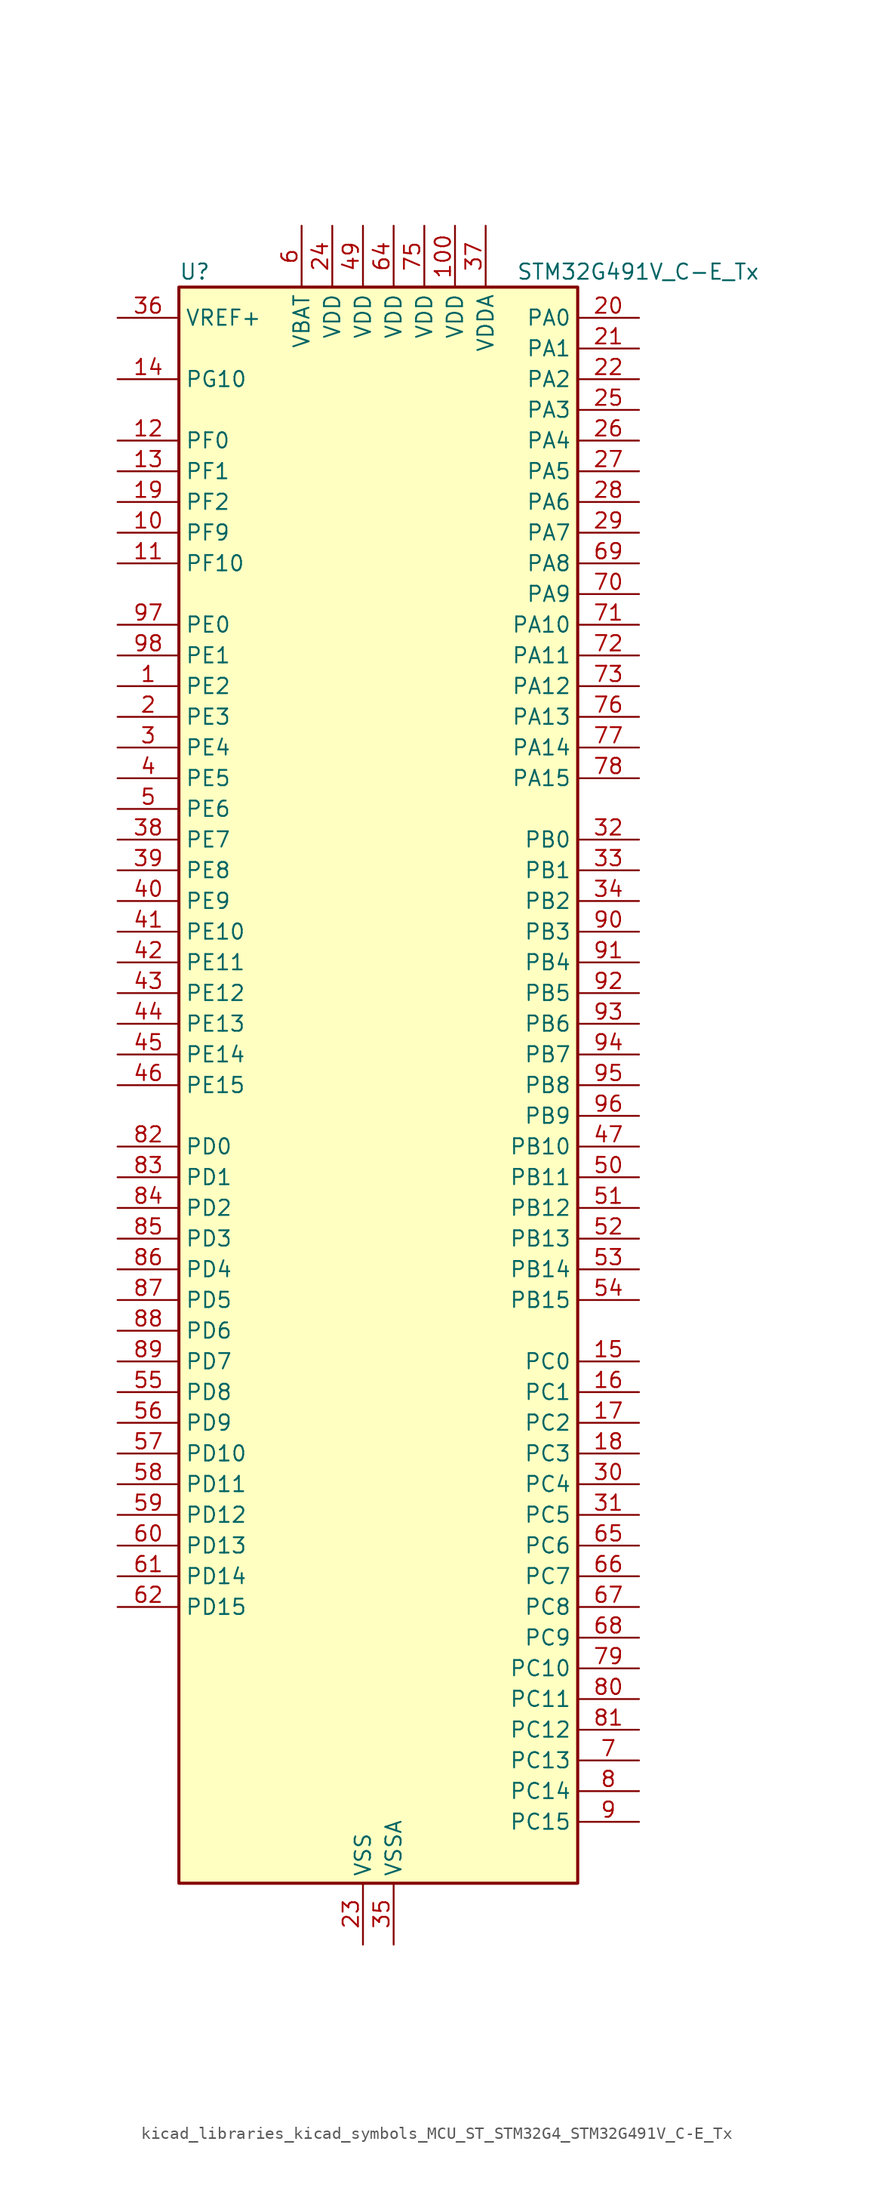
<source format=kicad_sym>
(kicad_symbol_lib
  (version 20220914)
  (generator kicad_symbol_editor)
  (symbol "kicad_libraries_kicad_symbols_MCU_ST_STM32G4_STM32G491V_C-E_Tx"
    (property "Reference" "U"
      (at -15.24 67.31 0)
      (effects (font (size 1.27 1.27)) (justify left)))
    (property "Value" "STM32G491V_C-E_Tx"
      (at 12.7 67.31 0)
      (effects (font (size 1.27 1.27)) (justify left)))
    (property "ki_locked" ""
      (at 0 0 0)
      (effects (font (size 1.27 1.27))))
    (symbol "kicad_libraries_kicad_symbols_MCU_ST_STM32G4_STM32G491V_C-E_Tx_0_1"
      (rectangle (start -15.24 -66.04) (end 17.78 66.04) (stroke (width 0.254) (type default)) (fill (type background))))
    (symbol "kicad_libraries_kicad_symbols_MCU_ST_STM32G4_STM32G491V_C-E_Tx_1_1"
      (pin bidirectional line (at -20.32 33.02 0) (length 5.08) (name "PE2" (effects (font (size 1.27 1.27)))) (number "1" (effects (font (size 1.27 1.27)))) (alternate "ADC3_EXTI2" bidirectional line) (alternate "SAI1_CK1" bidirectional line) (alternate "SAI1_MCLK_A" bidirectional line) (alternate "SYS_TRACECLK" bidirectional line) (alternate "TIM20_CH1" bidirectional line) (alternate "TIM3_CH1" bidirectional line))
      (pin bidirectional line (at -20.32 45.72 0) (length 5.08) (name "PF9" (effects (font (size 1.27 1.27)))) (number "10" (effects (font (size 1.27 1.27)))) (alternate "DAC1_EXTI9" bidirectional line) (alternate "DAC3_EXTI9" bidirectional line) (alternate "QUADSPI1_BK1_IO1" bidirectional line) (alternate "SAI1_FS_B" bidirectional line) (alternate "SPI2_SCK" bidirectional line) (alternate "TIM15_CH1" bidirectional line) (alternate "TIM20_BKIN" bidirectional line))
      (pin power_in line (at 7.62 71.12 270) (length 5.08) (name "VDD" (effects (font (size 1.27 1.27)))) (number "100" (effects (font (size 1.27 1.27)))))
      (pin bidirectional line (at -20.32 43.18 0) (length 5.08) (name "PF10" (effects (font (size 1.27 1.27)))) (number "11" (effects (font (size 1.27 1.27)))) (alternate "DAC1_EXTI10" bidirectional line) (alternate "DAC3_EXTI10" bidirectional line) (alternate "QUADSPI1_CLK" bidirectional line) (alternate "SAI1_D3" bidirectional line) (alternate "SPI2_SCK" bidirectional line) (alternate "TIM15_CH2" bidirectional line) (alternate "TIM20_BKIN2" bidirectional line))
      (pin bidirectional line (at -20.32 53.34 0) (length 5.08) (name "PF0" (effects (font (size 1.27 1.27)))) (number "12" (effects (font (size 1.27 1.27)))) (alternate "ADC1_IN10" bidirectional line) (alternate "I2C2_SDA" bidirectional line) (alternate "I2S2_WS" bidirectional line) (alternate "RCC_OSC_IN" bidirectional line) (alternate "SPI2_NSS" bidirectional line) (alternate "TIM1_CH3N" bidirectional line))
      (pin bidirectional line (at -20.32 50.8 0) (length 5.08) (name "PF1" (effects (font (size 1.27 1.27)))) (number "13" (effects (font (size 1.27 1.27)))) (alternate "ADC2_IN10" bidirectional line) (alternate "COMP3_INM" bidirectional line) (alternate "I2S2_CK" bidirectional line) (alternate "RCC_OSC_OUT" bidirectional line) (alternate "SPI2_SCK" bidirectional line))
      (pin bidirectional line (at -20.32 58.42 0) (length 5.08) (name "PG10" (effects (font (size 1.27 1.27)))) (number "14" (effects (font (size 1.27 1.27)))) (alternate "DAC1_EXTI10" bidirectional line) (alternate "DAC3_EXTI10" bidirectional line) (alternate "RCC_MCO" bidirectional line))
      (pin bidirectional line (at 22.86 -22.86 180) (length 5.08) (name "PC0" (effects (font (size 1.27 1.27)))) (number "15" (effects (font (size 1.27 1.27)))) (alternate "ADC1_IN6" bidirectional line) (alternate "ADC2_IN6" bidirectional line) (alternate "COMP3_INM" bidirectional line) (alternate "LPTIM1_IN1" bidirectional line) (alternate "LPUART1_RX" bidirectional line) (alternate "TIM1_CH1" bidirectional line))
      (pin bidirectional line (at 22.86 -25.4 180) (length 5.08) (name "PC1" (effects (font (size 1.27 1.27)))) (number "16" (effects (font (size 1.27 1.27)))) (alternate "ADC1_IN7" bidirectional line) (alternate "ADC2_IN7" bidirectional line) (alternate "COMP3_INP" bidirectional line) (alternate "LPTIM1_OUT" bidirectional line) (alternate "LPUART1_TX" bidirectional line) (alternate "QUADSPI1_BK2_IO0" bidirectional line) (alternate "SAI1_SD_A" bidirectional line) (alternate "TIM1_CH2" bidirectional line))
      (pin bidirectional line (at 22.86 -27.94 180) (length 5.08) (name "PC2" (effects (font (size 1.27 1.27)))) (number "17" (effects (font (size 1.27 1.27)))) (alternate "ADC1_IN8" bidirectional line) (alternate "ADC2_IN8" bidirectional line) (alternate "ADC3_EXTI2" bidirectional line) (alternate "COMP3_OUT" bidirectional line) (alternate "LPTIM1_IN2" bidirectional line) (alternate "QUADSPI1_BK2_IO1" bidirectional line) (alternate "TIM1_CH3" bidirectional line) (alternate "TIM20_CH2" bidirectional line))
      (pin bidirectional line (at 22.86 -30.48 180) (length 5.08) (name "PC3" (effects (font (size 1.27 1.27)))) (number "18" (effects (font (size 1.27 1.27)))) (alternate "ADC1_IN9" bidirectional line) (alternate "ADC2_IN9" bidirectional line) (alternate "ADC3_EXTI3" bidirectional line) (alternate "LPTIM1_ETR" bidirectional line) (alternate "QUADSPI1_BK2_IO2" bidirectional line) (alternate "SAI1_D1" bidirectional line) (alternate "SAI1_SD_A" bidirectional line) (alternate "TIM1_BKIN2" bidirectional line) (alternate "TIM1_CH4" bidirectional line))
      (pin bidirectional line (at -20.32 48.26 0) (length 5.08) (name "PF2" (effects (font (size 1.27 1.27)))) (number "19" (effects (font (size 1.27 1.27)))) (alternate "ADC3_EXTI2" bidirectional line) (alternate "I2C2_SMBA" bidirectional line) (alternate "TIM20_CH3" bidirectional line))
      (pin bidirectional line (at -20.32 30.48 0) (length 5.08) (name "PE3" (effects (font (size 1.27 1.27)))) (number "2" (effects (font (size 1.27 1.27)))) (alternate "ADC3_EXTI3" bidirectional line) (alternate "SAI1_SD_B" bidirectional line) (alternate "SYS_TRACED0" bidirectional line) (alternate "TIM20_CH2" bidirectional line) (alternate "TIM3_CH2" bidirectional line))
      (pin bidirectional line (at 22.86 63.5 180) (length 5.08) (name "PA0" (effects (font (size 1.27 1.27)))) (number "20" (effects (font (size 1.27 1.27)))) (alternate "ADC1_IN1" bidirectional line) (alternate "ADC2_IN1" bidirectional line) (alternate "COMP1_INM" bidirectional line) (alternate "COMP1_OUT" bidirectional line) (alternate "COMP3_INP" bidirectional line) (alternate "RTC_TAMP2" bidirectional line) (alternate "SYS_WKUP1" bidirectional line) (alternate "TIM2_CH1" bidirectional line) (alternate "TIM2_ETR" bidirectional line) (alternate "TIM8_BKIN" bidirectional line) (alternate "TIM8_ETR" bidirectional line) (alternate "USART2_CTS" bidirectional line) (alternate "USART2_NSS" bidirectional line))
      (pin bidirectional line (at 22.86 60.96 180) (length 5.08) (name "PA1" (effects (font (size 1.27 1.27)))) (number "21" (effects (font (size 1.27 1.27)))) (alternate "ADC1_IN2" bidirectional line) (alternate "ADC2_IN2" bidirectional line) (alternate "COMP1_INP" bidirectional line) (alternate "OPAMP1_VINP" bidirectional line) (alternate "OPAMP1_VINP_SEC" bidirectional line) (alternate "OPAMP3_VINP" bidirectional line) (alternate "OPAMP3_VINP_SEC" bidirectional line) (alternate "OPAMP6_VINM" bidirectional line) (alternate "OPAMP6_VINM0" bidirectional line) (alternate "OPAMP6_VINM_SEC" bidirectional line) (alternate "RTC_REFIN" bidirectional line) (alternate "TIM15_CH1N" bidirectional line) (alternate "TIM2_CH2" bidirectional line) (alternate "USART2_DE" bidirectional line) (alternate "USART2_RTS" bidirectional line))
      (pin bidirectional line (at 22.86 58.42 180) (length 5.08) (name "PA2" (effects (font (size 1.27 1.27)))) (number "22" (effects (font (size 1.27 1.27)))) (alternate "ADC1_IN3" bidirectional line) (alternate "ADC3_EXTI2" bidirectional line) (alternate "COMP2_INM" bidirectional line) (alternate "COMP2_OUT" bidirectional line) (alternate "LPUART1_TX" bidirectional line) (alternate "OPAMP1_VOUT" bidirectional line) (alternate "QUADSPI1_BK1_NCS" bidirectional line) (alternate "RCC_LSCO" bidirectional line) (alternate "SYS_WKUP4" bidirectional line) (alternate "TIM15_CH1" bidirectional line) (alternate "TIM2_CH3" bidirectional line) (alternate "UCPD1_FRSTX1" bidirectional line) (alternate "UCPD1_FRSTX2" bidirectional line) (alternate "USART2_TX" bidirectional line))
      (pin power_in line (at 0 -71.12 90) (length 5.08) (name "VSS" (effects (font (size 1.27 1.27)))) (number "23" (effects (font (size 1.27 1.27)))))
      (pin power_in line (at -2.54 71.12 270) (length 5.08) (name "VDD" (effects (font (size 1.27 1.27)))) (number "24" (effects (font (size 1.27 1.27)))))
      (pin bidirectional line (at 22.86 55.88 180) (length 5.08) (name "PA3" (effects (font (size 1.27 1.27)))) (number "25" (effects (font (size 1.27 1.27)))) (alternate "ADC1_IN4" bidirectional line) (alternate "ADC3_EXTI3" bidirectional line) (alternate "COMP2_INP" bidirectional line) (alternate "LPUART1_RX" bidirectional line) (alternate "OPAMP1_VINM" bidirectional line) (alternate "OPAMP1_VINM0" bidirectional line) (alternate "OPAMP1_VINM_SEC" bidirectional line) (alternate "OPAMP1_VINP" bidirectional line) (alternate "OPAMP1_VINP_SEC" bidirectional line) (alternate "QUADSPI1_CLK" bidirectional line) (alternate "SAI1_CK1" bidirectional line) (alternate "SAI1_MCLK_A" bidirectional line) (alternate "TIM15_CH2" bidirectional line) (alternate "TIM2_CH4" bidirectional line) (alternate "USART2_RX" bidirectional line))
      (pin bidirectional line (at 22.86 53.34 180) (length 5.08) (name "PA4" (effects (font (size 1.27 1.27)))) (number "26" (effects (font (size 1.27 1.27)))) (alternate "ADC2_IN17" bidirectional line) (alternate "COMP1_INM" bidirectional line) (alternate "DAC1_OUT1" bidirectional line) (alternate "I2S3_WS" bidirectional line) (alternate "SAI1_FS_B" bidirectional line) (alternate "SPI1_NSS" bidirectional line) (alternate "SPI3_NSS" bidirectional line) (alternate "TIM3_CH2" bidirectional line) (alternate "USART2_CK" bidirectional line))
      (pin bidirectional line (at 22.86 50.8 180) (length 5.08) (name "PA5" (effects (font (size 1.27 1.27)))) (number "27" (effects (font (size 1.27 1.27)))) (alternate "ADC2_IN13" bidirectional line) (alternate "COMP2_INM" bidirectional line) (alternate "DAC1_OUT2" bidirectional line) (alternate "OPAMP2_VINM" bidirectional line) (alternate "OPAMP2_VINM0" bidirectional line) (alternate "OPAMP2_VINM_SEC" bidirectional line) (alternate "SPI1_SCK" bidirectional line) (alternate "TIM2_CH1" bidirectional line) (alternate "TIM2_ETR" bidirectional line) (alternate "UCPD1_FRSTX1" bidirectional line) (alternate "UCPD1_FRSTX2" bidirectional line))
      (pin bidirectional line (at 22.86 48.26 180) (length 5.08) (name "PA6" (effects (font (size 1.27 1.27)))) (number "28" (effects (font (size 1.27 1.27)))) (alternate "ADC2_IN3" bidirectional line) (alternate "COMP1_OUT" bidirectional line) (alternate "LPUART1_CTS" bidirectional line) (alternate "OPAMP2_VOUT" bidirectional line) (alternate "QUADSPI1_BK1_IO3" bidirectional line) (alternate "SPI1_MISO" bidirectional line) (alternate "TIM16_CH1" bidirectional line) (alternate "TIM1_BKIN" bidirectional line) (alternate "TIM3_CH1" bidirectional line) (alternate "TIM8_BKIN" bidirectional line))
      (pin bidirectional line (at 22.86 45.72 180) (length 5.08) (name "PA7" (effects (font (size 1.27 1.27)))) (number "29" (effects (font (size 1.27 1.27)))) (alternate "ADC2_IN4" bidirectional line) (alternate "COMP2_INP" bidirectional line) (alternate "COMP2_OUT" bidirectional line) (alternate "OPAMP1_VINP" bidirectional line) (alternate "OPAMP1_VINP_SEC" bidirectional line) (alternate "OPAMP2_VINP" bidirectional line) (alternate "OPAMP2_VINP_SEC" bidirectional line) (alternate "QUADSPI1_BK1_IO2" bidirectional line) (alternate "SPI1_MOSI" bidirectional line) (alternate "TIM17_CH1" bidirectional line) (alternate "TIM1_CH1N" bidirectional line) (alternate "TIM3_CH2" bidirectional line) (alternate "TIM8_CH1N" bidirectional line) (alternate "UCPD1_FRSTX1" bidirectional line) (alternate "UCPD1_FRSTX2" bidirectional line))
      (pin bidirectional line (at -20.32 27.94 0) (length 5.08) (name "PE4" (effects (font (size 1.27 1.27)))) (number "3" (effects (font (size 1.27 1.27)))) (alternate "SAI1_D2" bidirectional line) (alternate "SAI1_FS_A" bidirectional line) (alternate "SYS_TRACED1" bidirectional line) (alternate "TIM20_CH1N" bidirectional line) (alternate "TIM3_CH3" bidirectional line))
      (pin bidirectional line (at 22.86 -33.02 180) (length 5.08) (name "PC4" (effects (font (size 1.27 1.27)))) (number "30" (effects (font (size 1.27 1.27)))) (alternate "ADC2_IN5" bidirectional line) (alternate "I2C2_SCL" bidirectional line) (alternate "QUADSPI1_BK2_IO3" bidirectional line) (alternate "TIM1_ETR" bidirectional line) (alternate "USART1_TX" bidirectional line))
      (pin bidirectional line (at 22.86 -35.56 180) (length 5.08) (name "PC5" (effects (font (size 1.27 1.27)))) (number "31" (effects (font (size 1.27 1.27)))) (alternate "ADC2_IN11" bidirectional line) (alternate "OPAMP1_VINM" bidirectional line) (alternate "OPAMP1_VINM1" bidirectional line) (alternate "OPAMP1_VINM_SEC" bidirectional line) (alternate "OPAMP2_VINM" bidirectional line) (alternate "OPAMP2_VINM1" bidirectional line) (alternate "OPAMP2_VINM_SEC" bidirectional line) (alternate "SAI1_D3" bidirectional line) (alternate "SYS_WKUP5" bidirectional line) (alternate "TIM15_BKIN" bidirectional line) (alternate "TIM1_CH4N" bidirectional line) (alternate "USART1_RX" bidirectional line))
      (pin bidirectional line (at 22.86 20.32 180) (length 5.08) (name "PB0" (effects (font (size 1.27 1.27)))) (number "32" (effects (font (size 1.27 1.27)))) (alternate "ADC1_IN15" bidirectional line) (alternate "ADC3_IN12" bidirectional line) (alternate "COMP4_INP" bidirectional line) (alternate "OPAMP2_VINP" bidirectional line) (alternate "OPAMP2_VINP_SEC" bidirectional line) (alternate "OPAMP3_VINP" bidirectional line) (alternate "OPAMP3_VINP_SEC" bidirectional line) (alternate "QUADSPI1_BK1_IO1" bidirectional line) (alternate "TIM1_CH2N" bidirectional line) (alternate "TIM3_CH3" bidirectional line) (alternate "TIM8_CH2N" bidirectional line) (alternate "UCPD1_FRSTX1" bidirectional line) (alternate "UCPD1_FRSTX2" bidirectional line))
      (pin bidirectional line (at 22.86 17.78 180) (length 5.08) (name "PB1" (effects (font (size 1.27 1.27)))) (number "33" (effects (font (size 1.27 1.27)))) (alternate "ADC1_IN12" bidirectional line) (alternate "ADC3_IN1" bidirectional line) (alternate "COMP1_INP" bidirectional line) (alternate "COMP4_OUT" bidirectional line) (alternate "LPUART1_DE" bidirectional line) (alternate "LPUART1_RTS" bidirectional line) (alternate "OPAMP3_VOUT" bidirectional line) (alternate "OPAMP6_VINM" bidirectional line) (alternate "OPAMP6_VINM1" bidirectional line) (alternate "OPAMP6_VINM_SEC" bidirectional line) (alternate "QUADSPI1_BK1_IO0" bidirectional line) (alternate "TIM1_CH3N" bidirectional line) (alternate "TIM3_CH4" bidirectional line) (alternate "TIM8_CH3N" bidirectional line))
      (pin bidirectional line (at 22.86 15.24 180) (length 5.08) (name "PB2" (effects (font (size 1.27 1.27)))) (number "34" (effects (font (size 1.27 1.27)))) (alternate "ADC2_IN12" bidirectional line) (alternate "ADC3_EXTI2" bidirectional line) (alternate "COMP4_INM" bidirectional line) (alternate "I2C3_SMBA" bidirectional line) (alternate "LPTIM1_OUT" bidirectional line) (alternate "OPAMP3_VINM" bidirectional line) (alternate "OPAMP3_VINM0" bidirectional line) (alternate "OPAMP3_VINM_SEC" bidirectional line) (alternate "QUADSPI1_BK2_IO1" bidirectional line) (alternate "RTC_OUT2" bidirectional line) (alternate "TIM20_CH1" bidirectional line))
      (pin power_in line (at 2.54 -71.12 90) (length 5.08) (name "VSSA" (effects (font (size 1.27 1.27)))) (number "35" (effects (font (size 1.27 1.27)))))
      (pin input line (at -20.32 63.5 0) (length 5.08) (name "VREF+" (effects (font (size 1.27 1.27)))) (number "36" (effects (font (size 1.27 1.27)))) (alternate "VREFBUF_OUT" bidirectional line))
      (pin power_in line (at 10.16 71.12 270) (length 5.08) (name "VDDA" (effects (font (size 1.27 1.27)))) (number "37" (effects (font (size 1.27 1.27)))))
      (pin bidirectional line (at -20.32 20.32 0) (length 5.08) (name "PE7" (effects (font (size 1.27 1.27)))) (number "38" (effects (font (size 1.27 1.27)))) (alternate "ADC3_IN4" bidirectional line) (alternate "COMP4_INP" bidirectional line) (alternate "SAI1_SD_B" bidirectional line) (alternate "TIM1_ETR" bidirectional line))
      (pin bidirectional line (at -20.32 17.78 0) (length 5.08) (name "PE8" (effects (font (size 1.27 1.27)))) (number "39" (effects (font (size 1.27 1.27)))) (alternate "ADC3_IN6" bidirectional line) (alternate "COMP4_INM" bidirectional line) (alternate "SAI1_SCK_B" bidirectional line) (alternate "TIM1_CH1N" bidirectional line))
      (pin bidirectional line (at -20.32 25.4 0) (length 5.08) (name "PE5" (effects (font (size 1.27 1.27)))) (number "4" (effects (font (size 1.27 1.27)))) (alternate "SAI1_CK2" bidirectional line) (alternate "SAI1_SCK_A" bidirectional line) (alternate "SYS_TRACED2" bidirectional line) (alternate "TIM20_CH2N" bidirectional line) (alternate "TIM3_CH4" bidirectional line))
      (pin bidirectional line (at -20.32 15.24 0) (length 5.08) (name "PE9" (effects (font (size 1.27 1.27)))) (number "40" (effects (font (size 1.27 1.27)))) (alternate "ADC3_IN2" bidirectional line) (alternate "DAC1_EXTI9" bidirectional line) (alternate "DAC3_EXTI9" bidirectional line) (alternate "SAI1_FS_B" bidirectional line) (alternate "TIM1_CH1" bidirectional line))
      (pin bidirectional line (at -20.32 12.7 0) (length 5.08) (name "PE10" (effects (font (size 1.27 1.27)))) (number "41" (effects (font (size 1.27 1.27)))) (alternate "ADC3_IN14" bidirectional line) (alternate "DAC1_EXTI10" bidirectional line) (alternate "DAC3_EXTI10" bidirectional line) (alternate "QUADSPI1_CLK" bidirectional line) (alternate "SAI1_MCLK_B" bidirectional line) (alternate "TIM1_CH2N" bidirectional line))
      (pin bidirectional line (at -20.32 10.16 0) (length 5.08) (name "PE11" (effects (font (size 1.27 1.27)))) (number "42" (effects (font (size 1.27 1.27)))) (alternate "ADC1_EXTI11" bidirectional line) (alternate "ADC2_EXTI11" bidirectional line) (alternate "ADC3_IN15" bidirectional line) (alternate "QUADSPI1_BK1_NCS" bidirectional line) (alternate "TIM1_CH2" bidirectional line))
      (pin bidirectional line (at -20.32 7.62 0) (length 5.08) (name "PE12" (effects (font (size 1.27 1.27)))) (number "43" (effects (font (size 1.27 1.27)))) (alternate "ADC3_IN16" bidirectional line) (alternate "QUADSPI1_BK1_IO0" bidirectional line) (alternate "TIM1_CH3N" bidirectional line))
      (pin bidirectional line (at -20.32 5.08 0) (length 5.08) (name "PE13" (effects (font (size 1.27 1.27)))) (number "44" (effects (font (size 1.27 1.27)))) (alternate "ADC3_IN3" bidirectional line) (alternate "QUADSPI1_BK1_IO1" bidirectional line) (alternate "TIM1_CH3" bidirectional line))
      (pin bidirectional line (at -20.32 2.54 0) (length 5.08) (name "PE14" (effects (font (size 1.27 1.27)))) (number "45" (effects (font (size 1.27 1.27)))) (alternate "QUADSPI1_BK1_IO2" bidirectional line) (alternate "TIM1_BKIN2" bidirectional line) (alternate "TIM1_CH4" bidirectional line))
      (pin bidirectional line (at -20.32 0 0) (length 5.08) (name "PE15" (effects (font (size 1.27 1.27)))) (number "46" (effects (font (size 1.27 1.27)))) (alternate "ADC1_EXTI15" bidirectional line) (alternate "ADC2_EXTI15" bidirectional line) (alternate "QUADSPI1_BK1_IO3" bidirectional line) (alternate "TIM1_BKIN" bidirectional line) (alternate "TIM1_CH4N" bidirectional line) (alternate "USART3_RX" bidirectional line))
      (pin bidirectional line (at 22.86 -5.08 180) (length 5.08) (name "PB10" (effects (font (size 1.27 1.27)))) (number "47" (effects (font (size 1.27 1.27)))) (alternate "DAC1_EXTI10" bidirectional line) (alternate "DAC3_EXTI10" bidirectional line) (alternate "LPUART1_RX" bidirectional line) (alternate "OPAMP3_VINM" bidirectional line) (alternate "OPAMP3_VINM1" bidirectional line) (alternate "OPAMP3_VINM_SEC" bidirectional line) (alternate "QUADSPI1_CLK" bidirectional line) (alternate "SAI1_SCK_A" bidirectional line) (alternate "TIM1_BKIN" bidirectional line) (alternate "TIM2_CH3" bidirectional line) (alternate "USART3_TX" bidirectional line))
      (pin passive line (at 0 -71.12 90) (length 5.08) hide (name "VSS" (effects (font (size 1.27 1.27)))) (number "48" (effects (font (size 1.27 1.27)))))
      (pin power_in line (at 0 71.12 270) (length 5.08) (name "VDD" (effects (font (size 1.27 1.27)))) (number "49" (effects (font (size 1.27 1.27)))))
      (pin bidirectional line (at -20.32 22.86 0) (length 5.08) (name "PE6" (effects (font (size 1.27 1.27)))) (number "5" (effects (font (size 1.27 1.27)))) (alternate "RTC_TAMP3" bidirectional line) (alternate "SAI1_D1" bidirectional line) (alternate "SAI1_SD_A" bidirectional line) (alternate "SYS_TRACED3" bidirectional line) (alternate "SYS_WKUP3" bidirectional line) (alternate "TIM20_CH3N" bidirectional line))
      (pin bidirectional line (at 22.86 -7.62 180) (length 5.08) (name "PB11" (effects (font (size 1.27 1.27)))) (number "50" (effects (font (size 1.27 1.27)))) (alternate "ADC1_EXTI11" bidirectional line) (alternate "ADC1_IN14" bidirectional line) (alternate "ADC2_EXTI11" bidirectional line) (alternate "ADC2_IN14" bidirectional line) (alternate "LPUART1_TX" bidirectional line) (alternate "OPAMP6_VOUT" bidirectional line) (alternate "QUADSPI1_BK1_NCS" bidirectional line) (alternate "TIM2_CH4" bidirectional line) (alternate "USART3_RX" bidirectional line))
      (pin bidirectional line (at 22.86 -10.16 180) (length 5.08) (name "PB12" (effects (font (size 1.27 1.27)))) (number "51" (effects (font (size 1.27 1.27)))) (alternate "ADC1_IN11" bidirectional line) (alternate "FDCAN2_RX" bidirectional line) (alternate "I2C2_SMBA" bidirectional line) (alternate "I2S2_WS" bidirectional line) (alternate "LPUART1_DE" bidirectional line) (alternate "LPUART1_RTS" bidirectional line) (alternate "OPAMP6_VINP" bidirectional line) (alternate "OPAMP6_VINP_SEC" bidirectional line) (alternate "SPI2_NSS" bidirectional line) (alternate "TIM1_BKIN" bidirectional line) (alternate "USART3_CK" bidirectional line))
      (pin bidirectional line (at 22.86 -12.7 180) (length 5.08) (name "PB13" (effects (font (size 1.27 1.27)))) (number "52" (effects (font (size 1.27 1.27)))) (alternate "ADC3_IN5" bidirectional line) (alternate "FDCAN2_TX" bidirectional line) (alternate "I2S2_CK" bidirectional line) (alternate "LPUART1_CTS" bidirectional line) (alternate "OPAMP3_VINP" bidirectional line) (alternate "OPAMP3_VINP_SEC" bidirectional line) (alternate "OPAMP6_VINP" bidirectional line) (alternate "OPAMP6_VINP_SEC" bidirectional line) (alternate "SPI2_SCK" bidirectional line) (alternate "TIM1_CH1N" bidirectional line) (alternate "USART3_CTS" bidirectional line) (alternate "USART3_NSS" bidirectional line))
      (pin bidirectional line (at 22.86 -15.24 180) (length 5.08) (name "PB14" (effects (font (size 1.27 1.27)))) (number "53" (effects (font (size 1.27 1.27)))) (alternate "ADC1_IN5" bidirectional line) (alternate "COMP4_OUT" bidirectional line) (alternate "OPAMP2_VINP" bidirectional line) (alternate "OPAMP2_VINP_SEC" bidirectional line) (alternate "SPI2_MISO" bidirectional line) (alternate "TIM15_CH1" bidirectional line) (alternate "TIM1_CH2N" bidirectional line) (alternate "USART3_DE" bidirectional line) (alternate "USART3_RTS" bidirectional line))
      (pin bidirectional line (at 22.86 -17.78 180) (length 5.08) (name "PB15" (effects (font (size 1.27 1.27)))) (number "54" (effects (font (size 1.27 1.27)))) (alternate "ADC1_EXTI15" bidirectional line) (alternate "ADC2_EXTI15" bidirectional line) (alternate "ADC2_IN15" bidirectional line) (alternate "COMP3_OUT" bidirectional line) (alternate "I2S2_SD" bidirectional line) (alternate "RTC_REFIN" bidirectional line) (alternate "SPI2_MOSI" bidirectional line) (alternate "TIM15_CH1N" bidirectional line) (alternate "TIM15_CH2" bidirectional line) (alternate "TIM1_CH3N" bidirectional line))
      (pin bidirectional line (at -20.32 -25.4 0) (length 5.08) (name "PD8" (effects (font (size 1.27 1.27)))) (number "55" (effects (font (size 1.27 1.27)))) (alternate "USART3_TX" bidirectional line))
      (pin bidirectional line (at -20.32 -27.94 0) (length 5.08) (name "PD9" (effects (font (size 1.27 1.27)))) (number "56" (effects (font (size 1.27 1.27)))) (alternate "DAC1_EXTI9" bidirectional line) (alternate "DAC3_EXTI9" bidirectional line) (alternate "OPAMP6_VINP" bidirectional line) (alternate "OPAMP6_VINP_SEC" bidirectional line) (alternate "USART3_RX" bidirectional line))
      (pin bidirectional line (at -20.32 -30.48 0) (length 5.08) (name "PD10" (effects (font (size 1.27 1.27)))) (number "57" (effects (font (size 1.27 1.27)))) (alternate "ADC3_IN7" bidirectional line) (alternate "DAC1_EXTI10" bidirectional line) (alternate "DAC3_EXTI10" bidirectional line) (alternate "USART3_CK" bidirectional line))
      (pin bidirectional line (at -20.32 -33.02 0) (length 5.08) (name "PD11" (effects (font (size 1.27 1.27)))) (number "58" (effects (font (size 1.27 1.27)))) (alternate "ADC1_EXTI11" bidirectional line) (alternate "ADC2_EXTI11" bidirectional line) (alternate "ADC3_IN8" bidirectional line) (alternate "USART3_CTS" bidirectional line) (alternate "USART3_NSS" bidirectional line))
      (pin bidirectional line (at -20.32 -35.56 0) (length 5.08) (name "PD12" (effects (font (size 1.27 1.27)))) (number "59" (effects (font (size 1.27 1.27)))) (alternate "ADC3_IN9" bidirectional line) (alternate "TIM4_CH1" bidirectional line) (alternate "USART3_DE" bidirectional line) (alternate "USART3_RTS" bidirectional line))
      (pin power_in line (at -5.08 71.12 270) (length 5.08) (name "VBAT" (effects (font (size 1.27 1.27)))) (number "6" (effects (font (size 1.27 1.27)))))
      (pin bidirectional line (at -20.32 -38.1 0) (length 5.08) (name "PD13" (effects (font (size 1.27 1.27)))) (number "60" (effects (font (size 1.27 1.27)))) (alternate "ADC3_IN10" bidirectional line) (alternate "TIM4_CH2" bidirectional line))
      (pin bidirectional line (at -20.32 -40.64 0) (length 5.08) (name "PD14" (effects (font (size 1.27 1.27)))) (number "61" (effects (font (size 1.27 1.27)))) (alternate "ADC3_IN11" bidirectional line) (alternate "OPAMP2_VINP" bidirectional line) (alternate "OPAMP2_VINP_SEC" bidirectional line) (alternate "TIM4_CH3" bidirectional line))
      (pin bidirectional line (at -20.32 -43.18 0) (length 5.08) (name "PD15" (effects (font (size 1.27 1.27)))) (number "62" (effects (font (size 1.27 1.27)))) (alternate "ADC1_EXTI15" bidirectional line) (alternate "ADC2_EXTI15" bidirectional line) (alternate "SPI2_NSS" bidirectional line) (alternate "TIM4_CH4" bidirectional line))
      (pin passive line (at 0 -71.12 90) (length 5.08) hide (name "VSS" (effects (font (size 1.27 1.27)))) (number "63" (effects (font (size 1.27 1.27)))))
      (pin power_in line (at 2.54 71.12 270) (length 5.08) (name "VDD" (effects (font (size 1.27 1.27)))) (number "64" (effects (font (size 1.27 1.27)))))
      (pin bidirectional line (at 22.86 -38.1 180) (length 5.08) (name "PC6" (effects (font (size 1.27 1.27)))) (number "65" (effects (font (size 1.27 1.27)))) (alternate "I2S2_MCK" bidirectional line) (alternate "TIM3_CH1" bidirectional line) (alternate "TIM8_CH1" bidirectional line))
      (pin bidirectional line (at 22.86 -40.64 180) (length 5.08) (name "PC7" (effects (font (size 1.27 1.27)))) (number "66" (effects (font (size 1.27 1.27)))) (alternate "I2S3_MCK" bidirectional line) (alternate "TIM3_CH2" bidirectional line) (alternate "TIM8_CH2" bidirectional line))
      (pin bidirectional line (at 22.86 -43.18 180) (length 5.08) (name "PC8" (effects (font (size 1.27 1.27)))) (number "67" (effects (font (size 1.27 1.27)))) (alternate "I2C3_SCL" bidirectional line) (alternate "TIM20_CH3" bidirectional line) (alternate "TIM3_CH3" bidirectional line) (alternate "TIM8_CH3" bidirectional line))
      (pin bidirectional line (at 22.86 -45.72 180) (length 5.08) (name "PC9" (effects (font (size 1.27 1.27)))) (number "68" (effects (font (size 1.27 1.27)))) (alternate "DAC1_EXTI9" bidirectional line) (alternate "DAC3_EXTI9" bidirectional line) (alternate "I2C3_SDA" bidirectional line) (alternate "I2S_CKIN" bidirectional line) (alternate "TIM3_CH4" bidirectional line) (alternate "TIM8_BKIN2" bidirectional line) (alternate "TIM8_CH4" bidirectional line))
      (pin bidirectional line (at 22.86 43.18 180) (length 5.08) (name "PA8" (effects (font (size 1.27 1.27)))) (number "69" (effects (font (size 1.27 1.27)))) (alternate "I2C2_SDA" bidirectional line) (alternate "I2C3_SCL" bidirectional line) (alternate "I2S2_MCK" bidirectional line) (alternate "RCC_MCO" bidirectional line) (alternate "SAI1_CK2" bidirectional line) (alternate "SAI1_SCK_A" bidirectional line) (alternate "TIM1_CH1" bidirectional line) (alternate "TIM4_ETR" bidirectional line) (alternate "USART1_CK" bidirectional line))
      (pin bidirectional line (at 22.86 -55.88 180) (length 5.08) (name "PC13" (effects (font (size 1.27 1.27)))) (number "7" (effects (font (size 1.27 1.27)))) (alternate "RTC_OUT1" bidirectional line) (alternate "RTC_TAMP1" bidirectional line) (alternate "RTC_TS" bidirectional line) (alternate "SYS_WKUP2" bidirectional line) (alternate "TIM1_BKIN" bidirectional line) (alternate "TIM1_CH1N" bidirectional line) (alternate "TIM8_CH4N" bidirectional line))
      (pin bidirectional line (at 22.86 40.64 180) (length 5.08) (name "PA9" (effects (font (size 1.27 1.27)))) (number "70" (effects (font (size 1.27 1.27)))) (alternate "DAC1_EXTI9" bidirectional line) (alternate "DAC3_EXTI9" bidirectional line) (alternate "I2C2_SCL" bidirectional line) (alternate "I2C3_SMBA" bidirectional line) (alternate "I2S3_MCK" bidirectional line) (alternate "SAI1_FS_A" bidirectional line) (alternate "TIM15_BKIN" bidirectional line) (alternate "TIM1_CH2" bidirectional line) (alternate "TIM2_CH3" bidirectional line) (alternate "UCPD1_DBCC1" bidirectional line) (alternate "USART1_TX" bidirectional line))
      (pin bidirectional line (at 22.86 38.1 180) (length 5.08) (name "PA10" (effects (font (size 1.27 1.27)))) (number "71" (effects (font (size 1.27 1.27)))) (alternate "CRS_SYNC" bidirectional line) (alternate "DAC1_EXTI10" bidirectional line) (alternate "DAC3_EXTI10" bidirectional line) (alternate "I2C2_SMBA" bidirectional line) (alternate "SAI1_D1" bidirectional line) (alternate "SAI1_SD_A" bidirectional line) (alternate "SPI2_MISO" bidirectional line) (alternate "TIM17_BKIN" bidirectional line) (alternate "TIM1_CH3" bidirectional line) (alternate "TIM2_CH4" bidirectional line) (alternate "TIM8_BKIN" bidirectional line) (alternate "UCPD1_DBCC2" bidirectional line) (alternate "USART1_RX" bidirectional line))
      (pin bidirectional line (at 22.86 35.56 180) (length 5.08) (name "PA11" (effects (font (size 1.27 1.27)))) (number "72" (effects (font (size 1.27 1.27)))) (alternate "ADC1_EXTI11" bidirectional line) (alternate "ADC2_EXTI11" bidirectional line) (alternate "COMP1_OUT" bidirectional line) (alternate "FDCAN1_RX" bidirectional line) (alternate "I2S2_SD" bidirectional line) (alternate "SPI2_MOSI" bidirectional line) (alternate "TIM1_BKIN2" bidirectional line) (alternate "TIM1_CH1N" bidirectional line) (alternate "TIM1_CH4" bidirectional line) (alternate "TIM4_CH1" bidirectional line) (alternate "USART1_CTS" bidirectional line) (alternate "USART1_NSS" bidirectional line) (alternate "USB_DM" bidirectional line))
      (pin bidirectional line (at 22.86 33.02 180) (length 5.08) (name "PA12" (effects (font (size 1.27 1.27)))) (number "73" (effects (font (size 1.27 1.27)))) (alternate "COMP2_OUT" bidirectional line) (alternate "FDCAN1_TX" bidirectional line) (alternate "I2S_CKIN" bidirectional line) (alternate "TIM16_CH1" bidirectional line) (alternate "TIM1_CH2N" bidirectional line) (alternate "TIM1_ETR" bidirectional line) (alternate "TIM4_CH2" bidirectional line) (alternate "USART1_DE" bidirectional line) (alternate "USART1_RTS" bidirectional line) (alternate "USB_DP" bidirectional line))
      (pin passive line (at 0 -71.12 90) (length 5.08) hide (name "VSS" (effects (font (size 1.27 1.27)))) (number "74" (effects (font (size 1.27 1.27)))))
      (pin power_in line (at 5.08 71.12 270) (length 5.08) (name "VDD" (effects (font (size 1.27 1.27)))) (number "75" (effects (font (size 1.27 1.27)))))
      (pin bidirectional line (at 22.86 30.48 180) (length 5.08) (name "PA13" (effects (font (size 1.27 1.27)))) (number "76" (effects (font (size 1.27 1.27)))) (alternate "I2C1_SCL" bidirectional line) (alternate "IR_OUT" bidirectional line) (alternate "SAI1_SD_B" bidirectional line) (alternate "SYS_JTMS-SWDIO" bidirectional line) (alternate "TIM16_CH1N" bidirectional line) (alternate "TIM4_CH3" bidirectional line) (alternate "USART3_CTS" bidirectional line) (alternate "USART3_NSS" bidirectional line))
      (pin bidirectional line (at 22.86 27.94 180) (length 5.08) (name "PA14" (effects (font (size 1.27 1.27)))) (number "77" (effects (font (size 1.27 1.27)))) (alternate "I2C1_SDA" bidirectional line) (alternate "LPTIM1_OUT" bidirectional line) (alternate "SAI1_FS_B" bidirectional line) (alternate "SYS_JTCK-SWCLK" bidirectional line) (alternate "TIM1_BKIN" bidirectional line) (alternate "TIM8_CH2" bidirectional line) (alternate "USART2_TX" bidirectional line))
      (pin bidirectional line (at 22.86 25.4 180) (length 5.08) (name "PA15" (effects (font (size 1.27 1.27)))) (number "78" (effects (font (size 1.27 1.27)))) (alternate "ADC1_EXTI15" bidirectional line) (alternate "ADC2_EXTI15" bidirectional line) (alternate "I2C1_SCL" bidirectional line) (alternate "I2S3_WS" bidirectional line) (alternate "SPI1_NSS" bidirectional line) (alternate "SPI3_NSS" bidirectional line) (alternate "SYS_JTDI" bidirectional line) (alternate "TIM1_BKIN" bidirectional line) (alternate "TIM20_ETR" bidirectional line) (alternate "TIM2_CH1" bidirectional line) (alternate "TIM2_ETR" bidirectional line) (alternate "TIM8_CH1" bidirectional line) (alternate "UART4_DE" bidirectional line) (alternate "UART4_RTS" bidirectional line) (alternate "USART2_RX" bidirectional line))
      (pin bidirectional line (at 22.86 -48.26 180) (length 5.08) (name "PC10" (effects (font (size 1.27 1.27)))) (number "79" (effects (font (size 1.27 1.27)))) (alternate "DAC1_EXTI10" bidirectional line) (alternate "DAC3_EXTI10" bidirectional line) (alternate "I2S3_CK" bidirectional line) (alternate "SPI3_SCK" bidirectional line) (alternate "TIM8_CH1N" bidirectional line) (alternate "UART4_TX" bidirectional line) (alternate "USART3_TX" bidirectional line))
      (pin bidirectional line (at 22.86 -58.42 180) (length 5.08) (name "PC14" (effects (font (size 1.27 1.27)))) (number "8" (effects (font (size 1.27 1.27)))) (alternate "RCC_OSC32_IN" bidirectional line))
      (pin bidirectional line (at 22.86 -50.8 180) (length 5.08) (name "PC11" (effects (font (size 1.27 1.27)))) (number "80" (effects (font (size 1.27 1.27)))) (alternate "ADC1_EXTI11" bidirectional line) (alternate "ADC2_EXTI11" bidirectional line) (alternate "I2C3_SDA" bidirectional line) (alternate "SPI3_MISO" bidirectional line) (alternate "TIM8_CH2N" bidirectional line) (alternate "UART4_RX" bidirectional line) (alternate "USART3_RX" bidirectional line))
      (pin bidirectional line (at 22.86 -53.34 180) (length 5.08) (name "PC12" (effects (font (size 1.27 1.27)))) (number "81" (effects (font (size 1.27 1.27)))) (alternate "I2S3_SD" bidirectional line) (alternate "SPI3_MOSI" bidirectional line) (alternate "TIM8_CH3N" bidirectional line) (alternate "UART5_TX" bidirectional line) (alternate "UCPD1_FRSTX1" bidirectional line) (alternate "UCPD1_FRSTX2" bidirectional line) (alternate "USART3_CK" bidirectional line))
      (pin bidirectional line (at -20.32 -5.08 0) (length 5.08) (name "PD0" (effects (font (size 1.27 1.27)))) (number "82" (effects (font (size 1.27 1.27)))) (alternate "FDCAN1_RX" bidirectional line) (alternate "TIM8_CH4N" bidirectional line))
      (pin bidirectional line (at -20.32 -7.62 0) (length 5.08) (name "PD1" (effects (font (size 1.27 1.27)))) (number "83" (effects (font (size 1.27 1.27)))) (alternate "FDCAN1_TX" bidirectional line) (alternate "TIM8_BKIN2" bidirectional line) (alternate "TIM8_CH4" bidirectional line))
      (pin bidirectional line (at -20.32 -10.16 0) (length 5.08) (name "PD2" (effects (font (size 1.27 1.27)))) (number "84" (effects (font (size 1.27 1.27)))) (alternate "ADC3_EXTI2" bidirectional line) (alternate "TIM3_ETR" bidirectional line) (alternate "TIM8_BKIN" bidirectional line) (alternate "UART5_RX" bidirectional line))
      (pin bidirectional line (at -20.32 -12.7 0) (length 5.08) (name "PD3" (effects (font (size 1.27 1.27)))) (number "85" (effects (font (size 1.27 1.27)))) (alternate "ADC3_EXTI3" bidirectional line) (alternate "QUADSPI1_BK2_NCS" bidirectional line) (alternate "TIM2_CH1" bidirectional line) (alternate "TIM2_ETR" bidirectional line) (alternate "USART2_CTS" bidirectional line) (alternate "USART2_NSS" bidirectional line))
      (pin bidirectional line (at -20.32 -15.24 0) (length 5.08) (name "PD4" (effects (font (size 1.27 1.27)))) (number "86" (effects (font (size 1.27 1.27)))) (alternate "QUADSPI1_BK2_IO0" bidirectional line) (alternate "TIM2_CH2" bidirectional line) (alternate "USART2_DE" bidirectional line) (alternate "USART2_RTS" bidirectional line))
      (pin bidirectional line (at -20.32 -17.78 0) (length 5.08) (name "PD5" (effects (font (size 1.27 1.27)))) (number "87" (effects (font (size 1.27 1.27)))) (alternate "QUADSPI1_BK2_IO1" bidirectional line) (alternate "USART2_TX" bidirectional line))
      (pin bidirectional line (at -20.32 -20.32 0) (length 5.08) (name "PD6" (effects (font (size 1.27 1.27)))) (number "88" (effects (font (size 1.27 1.27)))) (alternate "QUADSPI1_BK2_IO2" bidirectional line) (alternate "SAI1_D1" bidirectional line) (alternate "SAI1_SD_A" bidirectional line) (alternate "TIM2_CH4" bidirectional line) (alternate "USART2_RX" bidirectional line))
      (pin bidirectional line (at -20.32 -22.86 0) (length 5.08) (name "PD7" (effects (font (size 1.27 1.27)))) (number "89" (effects (font (size 1.27 1.27)))) (alternate "QUADSPI1_BK2_IO3" bidirectional line) (alternate "TIM2_CH3" bidirectional line) (alternate "USART2_CK" bidirectional line))
      (pin bidirectional line (at 22.86 -60.96 180) (length 5.08) (name "PC15" (effects (font (size 1.27 1.27)))) (number "9" (effects (font (size 1.27 1.27)))) (alternate "ADC1_EXTI15" bidirectional line) (alternate "ADC2_EXTI15" bidirectional line) (alternate "RCC_OSC32_OUT" bidirectional line))
      (pin bidirectional line (at 22.86 12.7 180) (length 5.08) (name "PB3" (effects (font (size 1.27 1.27)))) (number "90" (effects (font (size 1.27 1.27)))) (alternate "ADC3_EXTI3" bidirectional line) (alternate "CRS_SYNC" bidirectional line) (alternate "I2S3_CK" bidirectional line) (alternate "SAI1_SCK_B" bidirectional line) (alternate "SPI1_SCK" bidirectional line) (alternate "SPI3_SCK" bidirectional line) (alternate "SYS_JTDO-SWO" bidirectional line) (alternate "TIM2_CH2" bidirectional line) (alternate "TIM3_ETR" bidirectional line) (alternate "TIM4_ETR" bidirectional line) (alternate "TIM8_CH1N" bidirectional line) (alternate "USART2_TX" bidirectional line))
      (pin bidirectional line (at 22.86 10.16 180) (length 5.08) (name "PB4" (effects (font (size 1.27 1.27)))) (number "91" (effects (font (size 1.27 1.27)))) (alternate "SAI1_MCLK_B" bidirectional line) (alternate "SPI1_MISO" bidirectional line) (alternate "SPI3_MISO" bidirectional line) (alternate "SYS_JTRST" bidirectional line) (alternate "TIM16_CH1" bidirectional line) (alternate "TIM17_BKIN" bidirectional line) (alternate "TIM3_CH1" bidirectional line) (alternate "TIM8_CH2N" bidirectional line) (alternate "UART5_DE" bidirectional line) (alternate "UART5_RTS" bidirectional line) (alternate "UCPD1_CC2" bidirectional line) (alternate "USART2_RX" bidirectional line))
      (pin bidirectional line (at 22.86 7.62 180) (length 5.08) (name "PB5" (effects (font (size 1.27 1.27)))) (number "92" (effects (font (size 1.27 1.27)))) (alternate "FDCAN2_RX" bidirectional line) (alternate "I2C1_SMBA" bidirectional line) (alternate "I2C3_SDA" bidirectional line) (alternate "I2S3_SD" bidirectional line) (alternate "LPTIM1_IN1" bidirectional line) (alternate "SAI1_SD_B" bidirectional line) (alternate "SPI1_MOSI" bidirectional line) (alternate "SPI3_MOSI" bidirectional line) (alternate "TIM16_BKIN" bidirectional line) (alternate "TIM17_CH1" bidirectional line) (alternate "TIM3_CH2" bidirectional line) (alternate "TIM8_CH3N" bidirectional line) (alternate "UART5_CTS" bidirectional line) (alternate "USART2_CK" bidirectional line))
      (pin bidirectional line (at 22.86 5.08 180) (length 5.08) (name "PB6" (effects (font (size 1.27 1.27)))) (number "93" (effects (font (size 1.27 1.27)))) (alternate "COMP4_OUT" bidirectional line) (alternate "FDCAN2_TX" bidirectional line) (alternate "LPTIM1_ETR" bidirectional line) (alternate "SAI1_FS_B" bidirectional line) (alternate "TIM16_CH1N" bidirectional line) (alternate "TIM4_CH1" bidirectional line) (alternate "TIM8_BKIN2" bidirectional line) (alternate "TIM8_CH1" bidirectional line) (alternate "TIM8_ETR" bidirectional line) (alternate "UCPD1_CC1" bidirectional line) (alternate "USART1_TX" bidirectional line))
      (pin bidirectional line (at 22.86 2.54 180) (length 5.08) (name "PB7" (effects (font (size 1.27 1.27)))) (number "94" (effects (font (size 1.27 1.27)))) (alternate "COMP3_OUT" bidirectional line) (alternate "I2C1_SDA" bidirectional line) (alternate "LPTIM1_IN2" bidirectional line) (alternate "SYS_PVD_IN" bidirectional line) (alternate "TIM17_CH1N" bidirectional line) (alternate "TIM3_CH4" bidirectional line) (alternate "TIM4_CH2" bidirectional line) (alternate "TIM8_BKIN" bidirectional line) (alternate "UART4_CTS" bidirectional line) (alternate "USART1_RX" bidirectional line))
      (pin bidirectional line (at 22.86 0 180) (length 5.08) (name "PB8" (effects (font (size 1.27 1.27)))) (number "95" (effects (font (size 1.27 1.27)))) (alternate "COMP1_OUT" bidirectional line) (alternate "FDCAN1_RX" bidirectional line) (alternate "I2C1_SCL" bidirectional line) (alternate "SAI1_CK1" bidirectional line) (alternate "SAI1_MCLK_A" bidirectional line) (alternate "TIM16_CH1" bidirectional line) (alternate "TIM1_BKIN" bidirectional line) (alternate "TIM4_CH3" bidirectional line) (alternate "TIM8_CH2" bidirectional line) (alternate "USART3_RX" bidirectional line))
      (pin bidirectional line (at 22.86 -2.54 180) (length 5.08) (name "PB9" (effects (font (size 1.27 1.27)))) (number "96" (effects (font (size 1.27 1.27)))) (alternate "COMP2_OUT" bidirectional line) (alternate "DAC1_EXTI9" bidirectional line) (alternate "DAC3_EXTI9" bidirectional line) (alternate "FDCAN1_TX" bidirectional line) (alternate "I2C1_SDA" bidirectional line) (alternate "IR_OUT" bidirectional line) (alternate "SAI1_D2" bidirectional line) (alternate "SAI1_FS_A" bidirectional line) (alternate "TIM17_CH1" bidirectional line) (alternate "TIM1_CH3N" bidirectional line) (alternate "TIM4_CH4" bidirectional line) (alternate "TIM8_CH3" bidirectional line) (alternate "USART3_TX" bidirectional line))
      (pin bidirectional line (at -20.32 38.1 0) (length 5.08) (name "PE0" (effects (font (size 1.27 1.27)))) (number "97" (effects (font (size 1.27 1.27)))) (alternate "TIM16_CH1" bidirectional line) (alternate "TIM20_CH4N" bidirectional line) (alternate "TIM20_ETR" bidirectional line) (alternate "TIM4_ETR" bidirectional line) (alternate "USART1_TX" bidirectional line))
      (pin bidirectional line (at -20.32 35.56 0) (length 5.08) (name "PE1" (effects (font (size 1.27 1.27)))) (number "98" (effects (font (size 1.27 1.27)))) (alternate "TIM17_CH1" bidirectional line) (alternate "TIM20_CH4" bidirectional line) (alternate "USART1_RX" bidirectional line))
      (pin passive line (at 0 -71.12 90) (length 5.08) hide (name "VSS" (effects (font (size 1.27 1.27)))) (number "99" (effects (font (size 1.27 1.27))))))))
</source>
